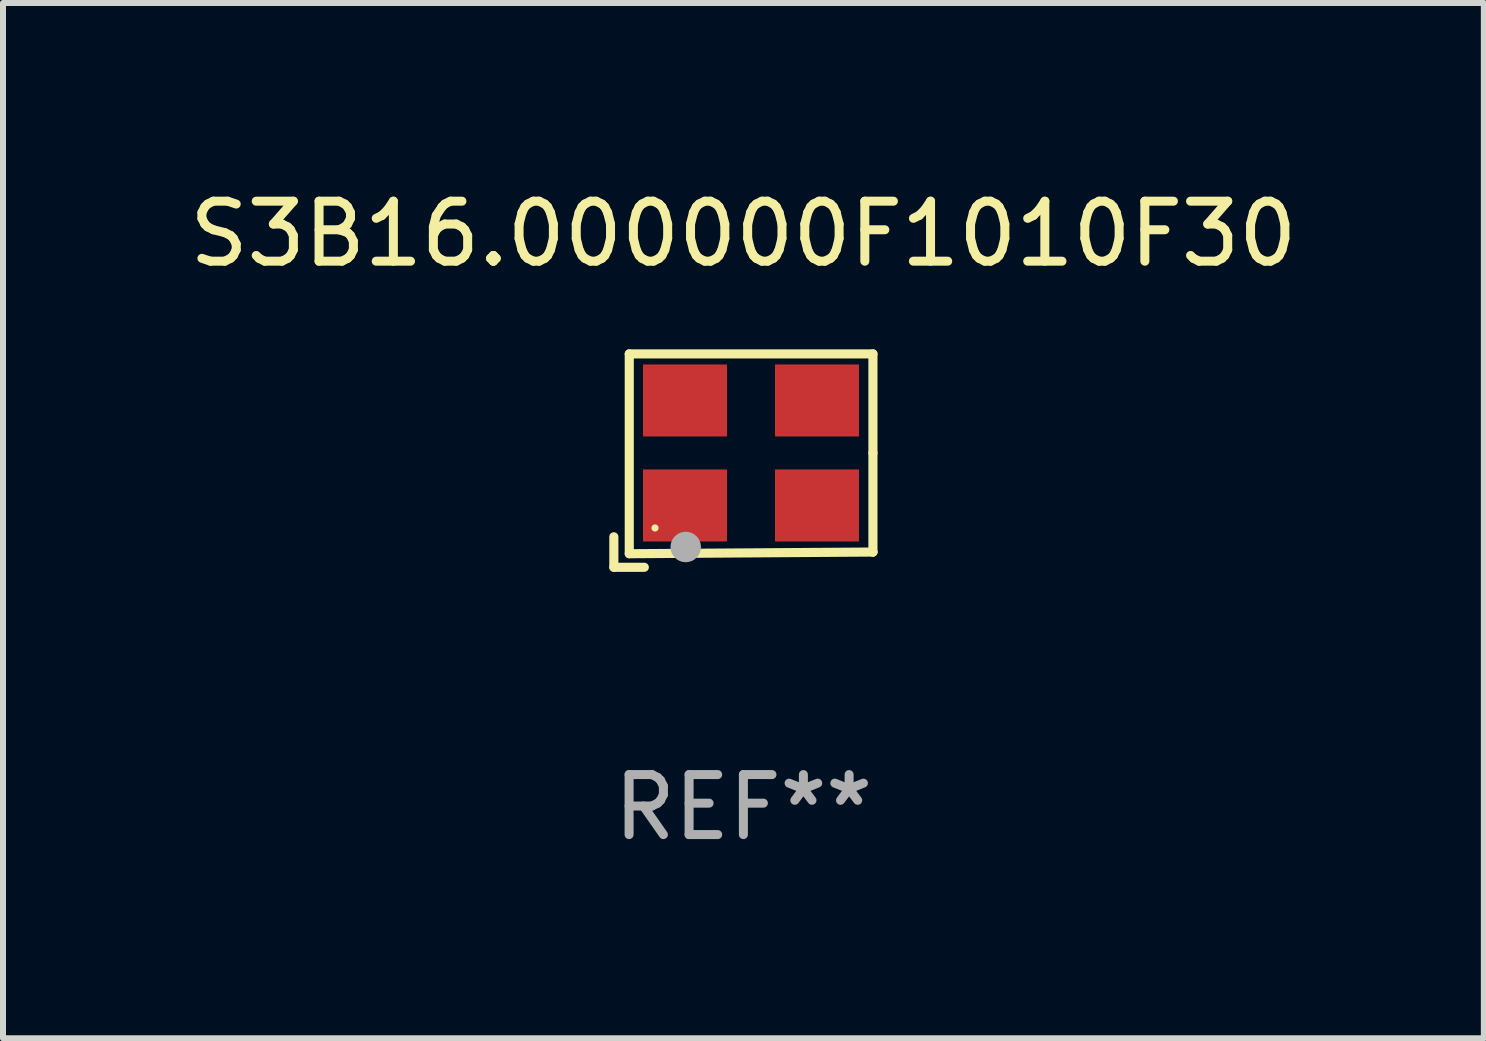
<source format=kicad_pcb>
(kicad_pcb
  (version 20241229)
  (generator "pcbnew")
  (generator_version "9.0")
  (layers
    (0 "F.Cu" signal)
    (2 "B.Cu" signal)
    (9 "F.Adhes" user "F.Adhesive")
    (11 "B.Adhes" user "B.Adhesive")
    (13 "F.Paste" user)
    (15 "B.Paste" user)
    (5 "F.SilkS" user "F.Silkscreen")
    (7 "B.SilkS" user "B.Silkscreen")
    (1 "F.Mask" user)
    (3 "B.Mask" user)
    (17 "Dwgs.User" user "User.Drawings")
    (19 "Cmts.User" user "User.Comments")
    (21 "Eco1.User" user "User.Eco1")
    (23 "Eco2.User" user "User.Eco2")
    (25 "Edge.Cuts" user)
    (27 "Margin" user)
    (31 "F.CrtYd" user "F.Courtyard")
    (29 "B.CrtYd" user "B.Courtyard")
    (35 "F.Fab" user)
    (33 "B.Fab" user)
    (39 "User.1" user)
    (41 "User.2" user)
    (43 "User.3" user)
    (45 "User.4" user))
  (footprint "S3B16.000000F1010F30"
    (layer "F.Cu")
    (at 9.339 4.626)
    (property "Reference" "S3B16.000000F1010F30" (at 0 -3.778 0) (layer "F.SilkS") (effects (font (size 1 1) (thickness 0.15))))
    (attr through_hole)
    (fp_line (start -2.159 1.27) (end -2.159 1.778) (stroke (width 0.152) (type solid)) (layer "F.SilkS"))
    (fp_line (start -2.159 1.778) (end -1.651 1.778) (stroke (width 0.152) (type solid)) (layer "F.SilkS"))
    (fp_line (start -1.902 -1.778) (end 2.159 -1.778) (stroke (width 0.152) (type solid)) (layer "F.SilkS"))
    (fp_line (start -1.902 1.552) (end -1.902 -1.778) (stroke (width 0.152) (type solid)) (layer "F.SilkS"))
    (fp_line (start 2.159 -1.778) (end 2.159 -0.127) (stroke (width 0.152) (type solid)) (layer "F.SilkS"))
    (fp_line (start 2.159 -0.127) (end 2.159 1.524) (stroke (width 0.152) (type solid)) (layer "F.SilkS"))
    (fp_line (start 2.159 1.524) (end -1.902 1.552) (stroke (width 0.152) (type solid)) (layer "F.SilkS"))
    (fp_line (start 2.159 1.524) (end 2.159 1.524) (stroke (width 0.152) (type solid)) (layer "F.SilkS"))
    (fp_circle (center -1.473 1.123) (end -1.443 1.123) (stroke (width 0.06) (type solid)) (fill no) (layer "F.SilkS"))
    (fp_circle (center -0.961 1.44) (end -0.834 1.44) (stroke (width 0.254) (type solid)) (fill no) (layer "F.Fab"))
    (fp_text user "REF**" (at 0 5.778 0) (layer "F.Fab") (effects (font (size 1 1) (thickness 0.15))))
    (pad "1" smd rect (at -0.973 0.748) (size 1.4 1.2) (layers "F.Cu" "F.Mask" "F.Paste"))
    (pad "2" smd rect (at 1.227 0.748) (size 1.4 1.2) (layers "F.Cu" "F.Mask" "F.Paste"))
    (pad "3" smd rect (at 1.227 -1.002) (size 1.4 1.2) (layers "F.Cu" "F.Mask" "F.Paste"))
    (pad "4" smd rect (at -0.973 -1.002) (size 1.4 1.2) (layers "F.Cu" "F.Mask" "F.Paste")))
  (gr_rect
    (start -3 -3)
    (end 21.679 14.253)
    (stroke (width 0.1) (type default))
    (fill no)
    (layer "Edge.Cuts")))
</source>
